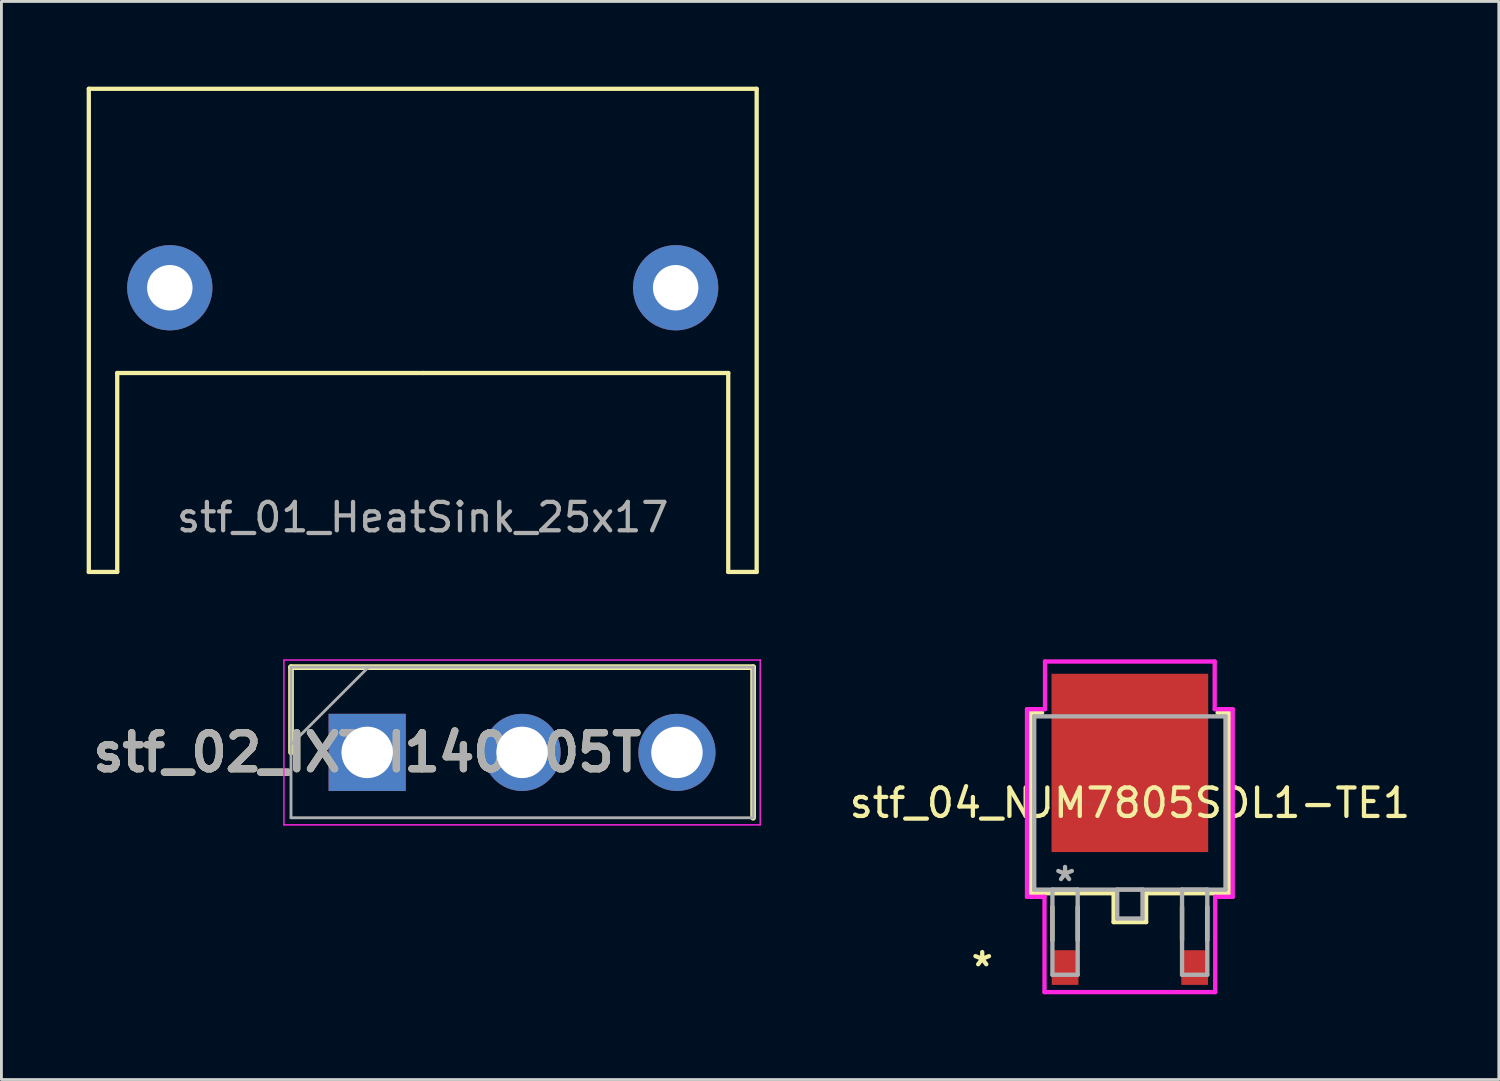
<source format=kicad_pcb>
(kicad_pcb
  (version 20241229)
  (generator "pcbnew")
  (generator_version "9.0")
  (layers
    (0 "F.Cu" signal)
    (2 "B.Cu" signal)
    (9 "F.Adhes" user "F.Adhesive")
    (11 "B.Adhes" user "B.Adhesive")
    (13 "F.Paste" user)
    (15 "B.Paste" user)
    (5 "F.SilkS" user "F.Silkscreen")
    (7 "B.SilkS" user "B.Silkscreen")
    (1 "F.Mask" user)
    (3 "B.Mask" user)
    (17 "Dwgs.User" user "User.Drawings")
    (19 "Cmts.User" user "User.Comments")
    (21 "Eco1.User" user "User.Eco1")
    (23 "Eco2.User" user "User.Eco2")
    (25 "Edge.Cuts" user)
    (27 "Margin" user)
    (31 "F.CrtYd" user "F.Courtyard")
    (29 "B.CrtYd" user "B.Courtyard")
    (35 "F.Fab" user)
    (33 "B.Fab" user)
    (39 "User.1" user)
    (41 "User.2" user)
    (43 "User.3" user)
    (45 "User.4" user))
  (footprint "stf_01_HeatSink_25x17"
    (layer "F.Cu")
    (at 11.825 10.935)
    (property "Reference" "stf_01_HeatSink_25x17" (at 0 4.22 0) (layer "F.Fab") (effects (font (size 1 1) (thickness 0.15))))
    (attr through_hole)
    (fp_line (start -11.75 -10.86) (end -11.75 6.14) (stroke (width 0.15) (type solid)) (layer "F.SilkS"))
    (fp_line (start -11.75 -10.86) (end 11.75 -10.86) (stroke (width 0.15) (type solid)) (layer "F.SilkS"))
    (fp_line (start -11.75 6.14) (end -10.75 6.14) (stroke (width 0.15) (type solid)) (layer "F.SilkS"))
    (fp_line (start -10.75 -0.86) (end -10.75 6.14) (stroke (width 0.15) (type solid)) (layer "F.SilkS"))
    (fp_line (start 0 -0.86) (end -10.75 -0.86) (stroke (width 0.15) (type solid)) (layer "F.SilkS"))
    (fp_line (start 10.75 -0.86) (end 0 -0.86) (stroke (width 0.15) (type solid)) (layer "F.SilkS"))
    (fp_line (start 10.75 6.14) (end 10.75 -0.86) (stroke (width 0.15) (type solid)) (layer "F.SilkS"))
    (fp_line (start 10.75 6.14) (end 11.75 6.14) (stroke (width 0.15) (type solid)) (layer "F.SilkS"))
    (fp_line (start 11.75 -10.86) (end 11.75 6.14) (stroke (width 0.15) (type solid)) (layer "F.SilkS"))
    (pad "" thru_hole circle (at -8.9 -3.86) (size 3 3) (drill 1.6) (layers "*.Cu" "*.Mask"))
    (pad "" thru_hole circle (at 8.9 -3.86) (size 3 3) (drill 1.6) (layers "*.Cu" "*.Mask")))
  (footprint "stf_02_IXTH140P05T"
    (layer "F.Cu")
    (at 9.87 23.425)
    (property "Reference" "stf_02_IXTH140P05T" (at 0 0 0) (layer "F.SilkS") (effects (font (size 1.27 1.27) (thickness 0.254))))
    (attr through_hole)
    (fp_line (start -2.68 -3) (end -2.68 0) (stroke (width 0.2) (type solid)) (layer "F.SilkS"))
    (fp_line (start 13.58 -3) (end -2.68 -3) (stroke (width 0.2) (type solid)) (layer "F.SilkS"))
    (fp_line (start 13.58 2.3) (end 13.58 -3) (stroke (width 0.2) (type solid)) (layer "F.SilkS"))
    (fp_line (start -2.93 -3.25) (end 13.83 -3.25) (stroke (width 0.05) (type solid)) (layer "F.CrtYd"))
    (fp_line (start -2.93 2.55) (end -2.93 -3.25) (stroke (width 0.05) (type solid)) (layer "F.CrtYd"))
    (fp_line (start 13.83 -3.25) (end 13.83 2.55) (stroke (width 0.05) (type solid)) (layer "F.CrtYd"))
    (fp_line (start 13.83 2.55) (end -2.93 2.55) (stroke (width 0.05) (type solid)) (layer "F.CrtYd"))
    (fp_line (start -2.68 -3) (end 13.58 -3) (stroke (width 0.1) (type solid)) (layer "F.Fab"))
    (fp_line (start -2.68 -0.275) (end 0.045 -3) (stroke (width 0.1) (type solid)) (layer "F.Fab"))
    (fp_line (start -2.68 2.3) (end -2.68 -3) (stroke (width 0.1) (type solid)) (layer "F.Fab"))
    (fp_line (start 13.58 -3) (end 13.58 2.3) (stroke (width 0.1) (type solid)) (layer "F.Fab"))
    (fp_line (start 13.58 2.3) (end -2.68 2.3) (stroke (width 0.1) (type solid)) (layer "F.Fab"))
    (fp_text user "${REFERENCE}" (at 0 0 0) (layer "F.Fab") (effects (font (size 1.27 1.27) (thickness 0.254))))
    (pad "1" thru_hole rect (at 0 0) (size 2.715 2.715) (drill 1.81) (layers "*.Cu" "*.Mask"))
    (pad "2" thru_hole circle (at 5.45 0) (size 2.715 2.715) (drill 1.81) (layers "*.Cu" "*.Mask"))
    (pad "3" thru_hole circle (at 10.9 0) (size 2.715 2.715) (drill 1.81) (layers "*.Cu" "*.Mask")))
  (footprint "stf_04_NJM7805SDL1-TE1"
    (layer "F.Cu")
    (at 36.707 25.205)
    (property "Reference" "stf_04_NJM7805SDL1-TE1" (at 0 0 0) (layer "F.SilkS") (effects (font (size 1 1) (thickness 0.15))))
    (attr through_hole)
    (fp_line (start -3.493 -3.175) (end -3.493 3.175) (stroke (width 0.152) (type solid)) (layer "F.SilkS"))
    (fp_line (start -3.493 3.175) (end -0.572 3.175) (stroke (width 0.152) (type solid)) (layer "F.SilkS"))
    (fp_line (start -3.089 -3.175) (end -3.493 -3.175) (stroke (width 0.152) (type solid)) (layer "F.SilkS"))
    (fp_line (start -2.725 3.658) (end -2.725 4.826) (stroke (width 0.152) (type solid)) (layer "F.SilkS"))
    (fp_line (start -1.836 3.658) (end -1.836 4.826) (stroke (width 0.152) (type solid)) (layer "F.SilkS"))
    (fp_line (start -0.572 3.175) (end -0.572 4.191) (stroke (width 0.152) (type solid)) (layer "F.SilkS"))
    (fp_line (start -0.572 4.191) (end 0.572 4.191) (stroke (width 0.152) (type solid)) (layer "F.SilkS"))
    (fp_line (start 0.572 3.175) (end 3.493 3.175) (stroke (width 0.152) (type solid)) (layer "F.SilkS"))
    (fp_line (start 0.572 4.191) (end 0.572 3.175) (stroke (width 0.152) (type solid)) (layer "F.SilkS"))
    (fp_line (start 1.836 3.658) (end 1.836 4.826) (stroke (width 0.152) (type solid)) (layer "F.SilkS"))
    (fp_line (start 2.725 3.658) (end 2.725 4.826) (stroke (width 0.152) (type solid)) (layer "F.SilkS"))
    (fp_line (start 3.493 -3.175) (end 3.089 -3.175) (stroke (width 0.152) (type solid)) (layer "F.SilkS"))
    (fp_line (start 3.493 3.175) (end 3.493 -3.175) (stroke (width 0.152) (type solid)) (layer "F.SilkS"))
    (fp_line (start -3.619 -3.302) (end -2.985 -3.302) (stroke (width 0.152) (type solid)) (layer "F.CrtYd"))
    (fp_line (start -3.619 3.302) (end -3.619 -3.302) (stroke (width 0.152) (type solid)) (layer "F.CrtYd"))
    (fp_line (start -3.004 3.302) (end -3.619 3.302) (stroke (width 0.152) (type solid)) (layer "F.CrtYd"))
    (fp_line (start -3.004 6.655) (end -3.004 3.302) (stroke (width 0.152) (type solid)) (layer "F.CrtYd"))
    (fp_line (start -2.985 -4.978) (end 2.985 -4.978) (stroke (width 0.152) (type solid)) (layer "F.CrtYd"))
    (fp_line (start -2.985 -3.302) (end -2.985 -4.978) (stroke (width 0.152) (type solid)) (layer "F.CrtYd"))
    (fp_line (start 2.985 -4.978) (end 2.985 -3.302) (stroke (width 0.152) (type solid)) (layer "F.CrtYd"))
    (fp_line (start 2.985 -3.302) (end 3.619 -3.302) (stroke (width 0.152) (type solid)) (layer "F.CrtYd"))
    (fp_line (start 3.004 3.302) (end 3.004 6.655) (stroke (width 0.152) (type solid)) (layer "F.CrtYd"))
    (fp_line (start 3.004 6.655) (end -3.004 6.655) (stroke (width 0.152) (type solid)) (layer "F.CrtYd"))
    (fp_line (start 3.619 -3.302) (end 3.619 3.302) (stroke (width 0.152) (type solid)) (layer "F.CrtYd"))
    (fp_line (start 3.619 3.302) (end 3.004 3.302) (stroke (width 0.152) (type solid)) (layer "F.CrtYd"))
    (fp_line (start -3.365 -3.048) (end -3.365 3.048) (stroke (width 0.152) (type solid)) (layer "F.Fab"))
    (fp_line (start -3.365 3.048) (end 3.365 3.048) (stroke (width 0.152) (type solid)) (layer "F.Fab"))
    (fp_line (start -2.725 3.048) (end -2.725 6.045) (stroke (width 0.152) (type solid)) (layer "F.Fab"))
    (fp_line (start -2.725 6.045) (end -1.836 6.045) (stroke (width 0.152) (type solid)) (layer "F.Fab"))
    (fp_line (start -1.836 3.048) (end -2.725 3.048) (stroke (width 0.152) (type solid)) (layer "F.Fab"))
    (fp_line (start -1.836 6.045) (end -1.836 3.048) (stroke (width 0.152) (type solid)) (layer "F.Fab"))
    (fp_line (start -0.445 3.048) (end -0.445 4.064) (stroke (width 0.152) (type solid)) (layer "F.Fab"))
    (fp_line (start -0.445 4.064) (end 0.445 4.064) (stroke (width 0.152) (type solid)) (layer "F.Fab"))
    (fp_line (start 0.445 3.048) (end -0.445 3.048) (stroke (width 0.152) (type solid)) (layer "F.Fab"))
    (fp_line (start 0.445 4.064) (end 0.445 3.048) (stroke (width 0.152) (type solid)) (layer "F.Fab"))
    (fp_line (start 1.836 3.048) (end 1.836 6.045) (stroke (width 0.152) (type solid)) (layer "F.Fab"))
    (fp_line (start 1.836 6.045) (end 2.725 6.045) (stroke (width 0.152) (type solid)) (layer "F.Fab"))
    (fp_line (start 2.725 3.048) (end 1.836 3.048) (stroke (width 0.152) (type solid)) (layer "F.Fab"))
    (fp_line (start 2.725 6.045) (end 2.725 3.048) (stroke (width 0.152) (type solid)) (layer "F.Fab"))
    (fp_line (start 3.365 -3.048) (end -3.365 -3.048) (stroke (width 0.152) (type solid)) (layer "F.Fab"))
    (fp_line (start 3.365 3.048) (end 3.365 -3.048) (stroke (width 0.152) (type solid)) (layer "F.Fab"))
    (fp_text user "*" (at -5.195 5.791 0) (layer "F.SilkS") (effects (font (size 1 1) (thickness 0.15))))
    (fp_text user "Copyright 2016 Accelerated Designs. All rights reserved." (at 0 0 0) (layer "Cmts.User") (effects (font (size 0.127 0.127) (thickness 0.002))))
    (fp_text user "*" (at -2.28 2.794 0) (layer "F.Fab") (effects (font (size 1 1) (thickness 0.15))))
    (pad "1" smd rect (at -2.28 5.791) (size 0.94 1.219) (layers "F.Cu" "F.Mask" "F.Paste"))
    (pad "2" smd rect (at 0 -1.41) (size 5.512 6.274) (layers "F.Cu" "F.Mask" "F.Paste"))
    (pad "3" smd rect (at 2.28 5.791) (size 0.94 1.219) (layers "F.Cu" "F.Mask" "F.Paste")))
  (gr_rect
    (start -3 -3)
    (end 49.689 34.936)
    (stroke (width 0.1) (type default))
    (fill no)
    (layer "Edge.Cuts")))
</source>
